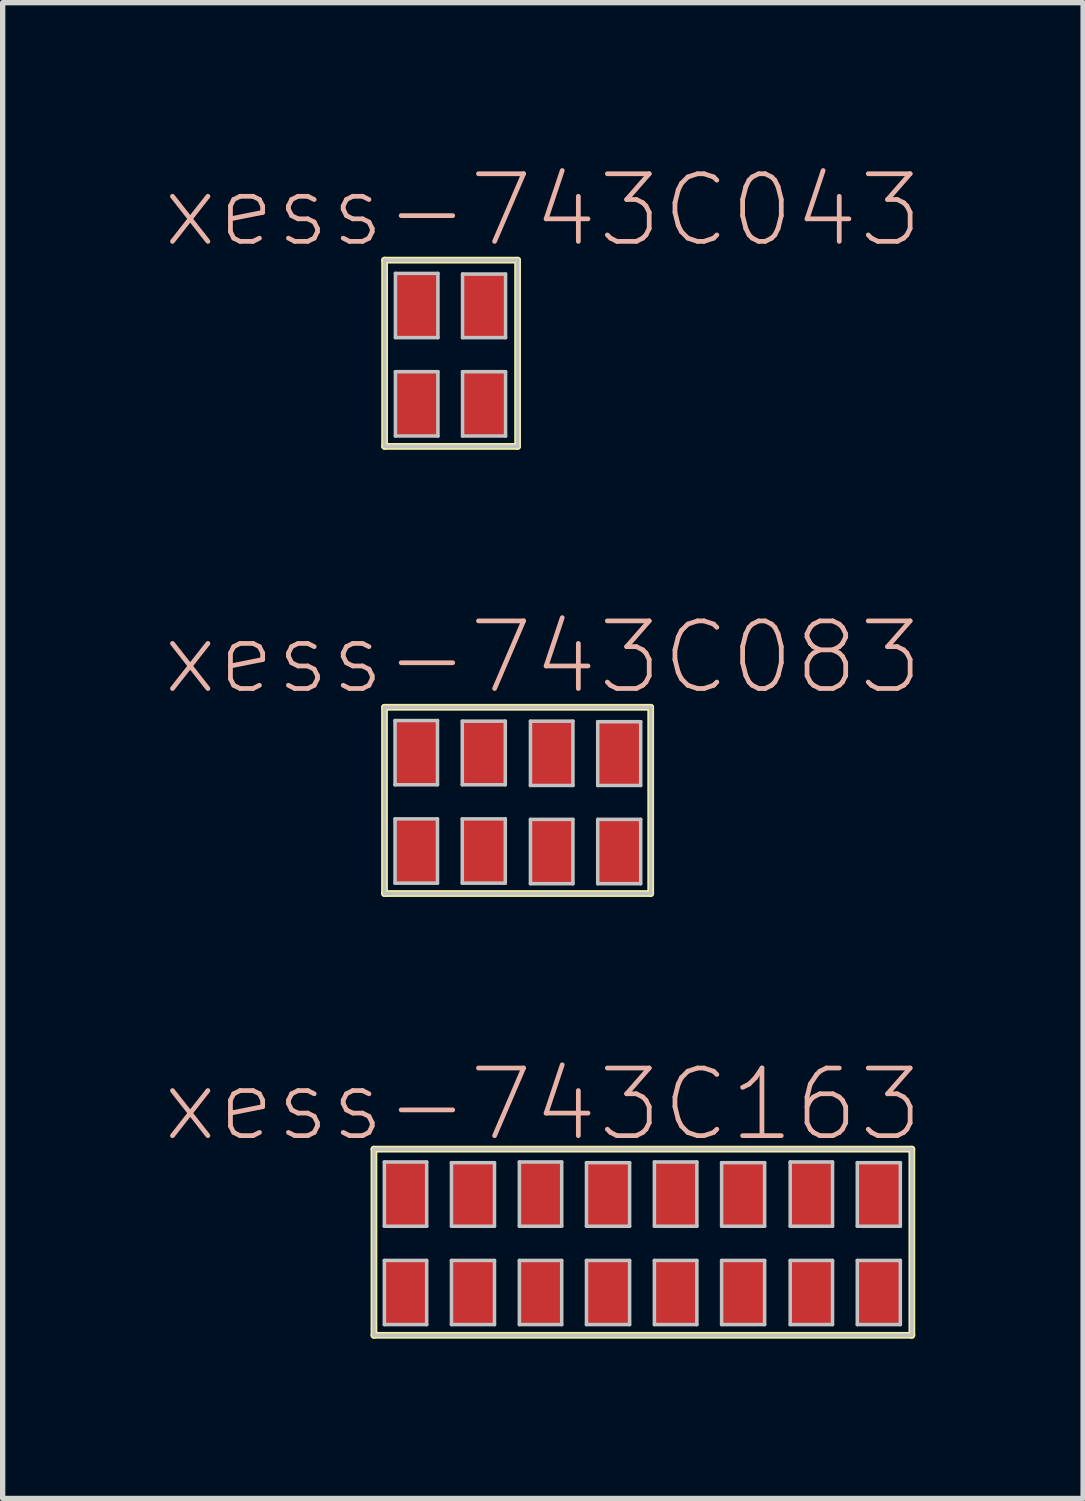
<source format=kicad_pcb>
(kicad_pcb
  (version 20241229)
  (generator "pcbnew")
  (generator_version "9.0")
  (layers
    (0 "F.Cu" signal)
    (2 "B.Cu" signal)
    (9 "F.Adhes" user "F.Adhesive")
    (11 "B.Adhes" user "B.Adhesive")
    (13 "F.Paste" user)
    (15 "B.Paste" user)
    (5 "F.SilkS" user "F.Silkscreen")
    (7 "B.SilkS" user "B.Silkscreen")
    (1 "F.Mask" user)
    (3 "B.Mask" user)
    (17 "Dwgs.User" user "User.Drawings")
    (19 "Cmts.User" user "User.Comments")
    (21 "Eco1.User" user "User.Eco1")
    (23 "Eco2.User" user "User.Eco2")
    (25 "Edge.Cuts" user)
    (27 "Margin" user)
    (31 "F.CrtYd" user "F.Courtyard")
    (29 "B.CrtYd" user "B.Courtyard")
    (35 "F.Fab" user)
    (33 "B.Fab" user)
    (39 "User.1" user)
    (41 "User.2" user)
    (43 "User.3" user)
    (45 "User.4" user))
  (footprint "xess-743C043"
    (layer "F.Cu")
    (at 5.37 3.632)
    (property "Reference" "xess-743C043" (at 1.773 -2.733 0) (layer "B.SilkS") (effects (font (size 1.27 1.27) (thickness 0.089))))
    (attr smd)
    (fp_line (start -1.199 -1.798) (end 1.298 -1.798) (stroke (width 0.127) (type solid)) (layer "F.SilkS"))
    (fp_line (start -1.199 1.699) (end -1.199 -1.798) (stroke (width 0.127) (type solid)) (layer "F.SilkS"))
    (fp_line (start 1.298 -1.798) (end 1.298 1.699) (stroke (width 0.127) (type solid)) (layer "F.SilkS"))
    (fp_line (start 1.298 1.699) (end -1.199 1.699) (stroke (width 0.127) (type solid)) (layer "F.SilkS"))
    (fp_line (start -1.199 -1.798) (end 1.298 -1.798) (stroke (width 0.066) (type solid)) (layer "Dwgs.User"))
    (fp_line (start -1.199 1.699) (end -1.199 -1.798) (stroke (width 0.066) (type solid)) (layer "Dwgs.User"))
    (fp_line (start -1.199 1.699) (end 1.298 1.699) (stroke (width 0.066) (type solid)) (layer "Dwgs.User"))
    (fp_line (start -0.996 -1.549) (end -0.198 -1.549) (stroke (width 0.066) (type solid)) (layer "Dwgs.User"))
    (fp_line (start -0.996 -0.343) (end -0.996 -1.549) (stroke (width 0.066) (type solid)) (layer "Dwgs.User"))
    (fp_line (start -0.996 -0.343) (end -0.198 -0.343) (stroke (width 0.066) (type solid)) (layer "Dwgs.User"))
    (fp_line (start -0.996 0.297) (end -0.198 0.297) (stroke (width 0.066) (type solid)) (layer "Dwgs.User"))
    (fp_line (start -0.996 1.504) (end -0.996 0.297) (stroke (width 0.066) (type solid)) (layer "Dwgs.User"))
    (fp_line (start -0.996 1.504) (end -0.198 1.504) (stroke (width 0.066) (type solid)) (layer "Dwgs.User"))
    (fp_line (start -0.198 -0.343) (end -0.198 -1.549) (stroke (width 0.066) (type solid)) (layer "Dwgs.User"))
    (fp_line (start -0.198 1.504) (end -0.198 0.297) (stroke (width 0.066) (type solid)) (layer "Dwgs.User"))
    (fp_line (start 0.264 -1.537) (end 1.072 -1.537) (stroke (width 0.066) (type solid)) (layer "Dwgs.User"))
    (fp_line (start 0.264 -0.343) (end 0.264 -1.537) (stroke (width 0.066) (type solid)) (layer "Dwgs.User"))
    (fp_line (start 0.264 -0.343) (end 1.072 -0.343) (stroke (width 0.066) (type solid)) (layer "Dwgs.User"))
    (fp_line (start 0.264 0.297) (end 1.072 0.297) (stroke (width 0.066) (type solid)) (layer "Dwgs.User"))
    (fp_line (start 0.264 1.504) (end 0.264 0.297) (stroke (width 0.066) (type solid)) (layer "Dwgs.User"))
    (fp_line (start 0.264 1.504) (end 1.072 1.504) (stroke (width 0.066) (type solid)) (layer "Dwgs.User"))
    (fp_line (start 1.072 -0.343) (end 1.072 -1.537) (stroke (width 0.066) (type solid)) (layer "Dwgs.User"))
    (fp_line (start 1.072 1.504) (end 1.072 0.297) (stroke (width 0.066) (type solid)) (layer "Dwgs.User"))
    (fp_line (start 1.298 1.699) (end 1.298 -1.798) (stroke (width 0.066) (type solid)) (layer "Dwgs.User"))
    (pad "1" smd rect (at -0.599 0.899) (size 0.798 1.199) (layers "F.Cu" "F.Mask" "F.Paste"))
    (pad "2" smd rect (at 0.668 0.899) (size 0.798 1.199) (layers "F.Cu" "F.Mask" "F.Paste"))
    (pad "3" smd rect (at 0.668 -0.94) (size 0.798 1.199) (layers "F.Cu" "F.Mask" "F.Paste"))
    (pad "4" smd rect (at -0.599 -0.94) (size 0.798 1.199) (layers "F.Cu" "F.Mask" "F.Paste")))
  (footprint "xess-743C163"
    (layer "F.Cu")
    (at 4.57 21.222)
    (property "Reference" "xess-743C163" (at 2.573 -3.533 0) (layer "B.SilkS") (effects (font (size 1.27 1.27) (thickness 0.089))))
    (attr smd)
    (fp_line (start -0.599 -2.697) (end 9.5 -2.697) (stroke (width 0.127) (type solid)) (layer "F.SilkS"))
    (fp_line (start -0.599 0.798) (end -0.599 -2.697) (stroke (width 0.127) (type solid)) (layer "F.SilkS"))
    (fp_line (start 9.5 -2.697) (end 9.5 0.798) (stroke (width 0.127) (type solid)) (layer "F.SilkS"))
    (fp_line (start 9.5 0.798) (end -0.599 0.798) (stroke (width 0.127) (type solid)) (layer "F.SilkS"))
    (fp_line (start -0.599 -2.697) (end 9.5 -2.697) (stroke (width 0.066) (type solid)) (layer "Dwgs.User"))
    (fp_line (start -0.599 0.798) (end -0.599 -2.697) (stroke (width 0.066) (type solid)) (layer "Dwgs.User"))
    (fp_line (start -0.599 0.798) (end 9.5 0.798) (stroke (width 0.066) (type solid)) (layer "Dwgs.User"))
    (fp_line (start -0.404 -2.456) (end 0.391 -2.456) (stroke (width 0.066) (type solid)) (layer "Dwgs.User"))
    (fp_line (start -0.404 -1.25) (end -0.404 -2.456) (stroke (width 0.066) (type solid)) (layer "Dwgs.User"))
    (fp_line (start -0.404 -1.25) (end 0.391 -1.25) (stroke (width 0.066) (type solid)) (layer "Dwgs.User"))
    (fp_line (start -0.404 -0.607) (end 0.391 -0.607) (stroke (width 0.066) (type solid)) (layer "Dwgs.User"))
    (fp_line (start -0.404 0.597) (end -0.404 -0.607) (stroke (width 0.066) (type solid)) (layer "Dwgs.User"))
    (fp_line (start -0.404 0.597) (end 0.391 0.597) (stroke (width 0.066) (type solid)) (layer "Dwgs.User"))
    (fp_line (start 0.391 -1.25) (end 0.391 -2.456) (stroke (width 0.066) (type solid)) (layer "Dwgs.User"))
    (fp_line (start 0.391 0.597) (end 0.391 -0.607) (stroke (width 0.066) (type solid)) (layer "Dwgs.User"))
    (fp_line (start 0.856 -2.443) (end 1.664 -2.443) (stroke (width 0.066) (type solid)) (layer "Dwgs.User"))
    (fp_line (start 0.856 -1.25) (end 0.856 -2.443) (stroke (width 0.066) (type solid)) (layer "Dwgs.User"))
    (fp_line (start 0.856 -1.25) (end 1.664 -1.25) (stroke (width 0.066) (type solid)) (layer "Dwgs.User"))
    (fp_line (start 0.856 -0.607) (end 1.664 -0.607) (stroke (width 0.066) (type solid)) (layer "Dwgs.User"))
    (fp_line (start 0.856 0.597) (end 0.856 -0.607) (stroke (width 0.066) (type solid)) (layer "Dwgs.User"))
    (fp_line (start 0.856 0.597) (end 1.664 0.597) (stroke (width 0.066) (type solid)) (layer "Dwgs.User"))
    (fp_line (start 1.664 -1.25) (end 1.664 -2.443) (stroke (width 0.066) (type solid)) (layer "Dwgs.User"))
    (fp_line (start 1.664 0.597) (end 1.664 -0.607) (stroke (width 0.066) (type solid)) (layer "Dwgs.User"))
    (fp_line (start 2.131 -2.456) (end 2.926 -2.456) (stroke (width 0.066) (type solid)) (layer "Dwgs.User"))
    (fp_line (start 2.131 -1.25) (end 2.131 -2.456) (stroke (width 0.066) (type solid)) (layer "Dwgs.User"))
    (fp_line (start 2.131 -1.25) (end 2.926 -1.25) (stroke (width 0.066) (type solid)) (layer "Dwgs.User"))
    (fp_line (start 2.131 -0.607) (end 2.926 -0.607) (stroke (width 0.066) (type solid)) (layer "Dwgs.User"))
    (fp_line (start 2.131 0.597) (end 2.131 -0.607) (stroke (width 0.066) (type solid)) (layer "Dwgs.User"))
    (fp_line (start 2.131 0.597) (end 2.926 0.597) (stroke (width 0.066) (type solid)) (layer "Dwgs.User"))
    (fp_line (start 2.926 -1.25) (end 2.926 -2.456) (stroke (width 0.066) (type solid)) (layer "Dwgs.User"))
    (fp_line (start 2.926 0.597) (end 2.926 -0.607) (stroke (width 0.066) (type solid)) (layer "Dwgs.User"))
    (fp_line (start 3.391 -2.443) (end 4.201 -2.443) (stroke (width 0.066) (type solid)) (layer "Dwgs.User"))
    (fp_line (start 3.391 -1.25) (end 3.391 -2.443) (stroke (width 0.066) (type solid)) (layer "Dwgs.User"))
    (fp_line (start 3.391 -1.25) (end 4.201 -1.25) (stroke (width 0.066) (type solid)) (layer "Dwgs.User"))
    (fp_line (start 3.391 -0.607) (end 4.201 -0.607) (stroke (width 0.066) (type solid)) (layer "Dwgs.User"))
    (fp_line (start 3.391 0.597) (end 3.391 -0.607) (stroke (width 0.066) (type solid)) (layer "Dwgs.User"))
    (fp_line (start 3.391 0.597) (end 4.201 0.597) (stroke (width 0.066) (type solid)) (layer "Dwgs.User"))
    (fp_line (start 4.201 -1.25) (end 4.201 -2.443) (stroke (width 0.066) (type solid)) (layer "Dwgs.User"))
    (fp_line (start 4.201 0.597) (end 4.201 -0.607) (stroke (width 0.066) (type solid)) (layer "Dwgs.User"))
    (fp_line (start 4.666 -2.456) (end 5.464 -2.456) (stroke (width 0.066) (type solid)) (layer "Dwgs.User"))
    (fp_line (start 4.666 -1.25) (end 4.666 -2.456) (stroke (width 0.066) (type solid)) (layer "Dwgs.User"))
    (fp_line (start 4.666 -1.25) (end 5.464 -1.25) (stroke (width 0.066) (type solid)) (layer "Dwgs.User"))
    (fp_line (start 4.666 -0.607) (end 5.464 -0.607) (stroke (width 0.066) (type solid)) (layer "Dwgs.User"))
    (fp_line (start 4.666 0.597) (end 4.666 -0.607) (stroke (width 0.066) (type solid)) (layer "Dwgs.User"))
    (fp_line (start 4.666 0.597) (end 5.464 0.597) (stroke (width 0.066) (type solid)) (layer "Dwgs.User"))
    (fp_line (start 5.464 -1.25) (end 5.464 -2.456) (stroke (width 0.066) (type solid)) (layer "Dwgs.User"))
    (fp_line (start 5.464 0.597) (end 5.464 -0.607) (stroke (width 0.066) (type solid)) (layer "Dwgs.User"))
    (fp_line (start 5.928 -2.443) (end 6.736 -2.443) (stroke (width 0.066) (type solid)) (layer "Dwgs.User"))
    (fp_line (start 5.928 -1.25) (end 5.928 -2.443) (stroke (width 0.066) (type solid)) (layer "Dwgs.User"))
    (fp_line (start 5.928 -1.25) (end 6.736 -1.25) (stroke (width 0.066) (type solid)) (layer "Dwgs.User"))
    (fp_line (start 5.928 -0.607) (end 6.736 -0.607) (stroke (width 0.066) (type solid)) (layer "Dwgs.User"))
    (fp_line (start 5.928 0.597) (end 5.928 -0.607) (stroke (width 0.066) (type solid)) (layer "Dwgs.User"))
    (fp_line (start 5.928 0.597) (end 6.736 0.597) (stroke (width 0.066) (type solid)) (layer "Dwgs.User"))
    (fp_line (start 6.736 -1.25) (end 6.736 -2.443) (stroke (width 0.066) (type solid)) (layer "Dwgs.User"))
    (fp_line (start 6.736 0.597) (end 6.736 -0.607) (stroke (width 0.066) (type solid)) (layer "Dwgs.User"))
    (fp_line (start 7.216 -2.456) (end 8.011 -2.456) (stroke (width 0.066) (type solid)) (layer "Dwgs.User"))
    (fp_line (start 7.216 -1.25) (end 7.216 -2.456) (stroke (width 0.066) (type solid)) (layer "Dwgs.User"))
    (fp_line (start 7.216 -1.25) (end 8.011 -1.25) (stroke (width 0.066) (type solid)) (layer "Dwgs.User"))
    (fp_line (start 7.216 -0.607) (end 8.011 -0.607) (stroke (width 0.066) (type solid)) (layer "Dwgs.User"))
    (fp_line (start 7.216 0.597) (end 7.216 -0.607) (stroke (width 0.066) (type solid)) (layer "Dwgs.User"))
    (fp_line (start 7.216 0.597) (end 8.011 0.597) (stroke (width 0.066) (type solid)) (layer "Dwgs.User"))
    (fp_line (start 8.011 -1.25) (end 8.011 -2.456) (stroke (width 0.066) (type solid)) (layer "Dwgs.User"))
    (fp_line (start 8.011 0.597) (end 8.011 -0.607) (stroke (width 0.066) (type solid)) (layer "Dwgs.User"))
    (fp_line (start 8.476 -2.443) (end 9.284 -2.443) (stroke (width 0.066) (type solid)) (layer "Dwgs.User"))
    (fp_line (start 8.476 -1.25) (end 8.476 -2.443) (stroke (width 0.066) (type solid)) (layer "Dwgs.User"))
    (fp_line (start 8.476 -1.25) (end 9.284 -1.25) (stroke (width 0.066) (type solid)) (layer "Dwgs.User"))
    (fp_line (start 8.476 -0.607) (end 9.284 -0.607) (stroke (width 0.066) (type solid)) (layer "Dwgs.User"))
    (fp_line (start 8.476 0.597) (end 8.476 -0.607) (stroke (width 0.066) (type solid)) (layer "Dwgs.User"))
    (fp_line (start 8.476 0.597) (end 9.284 0.597) (stroke (width 0.066) (type solid)) (layer "Dwgs.User"))
    (fp_line (start 9.284 -1.25) (end 9.284 -2.443) (stroke (width 0.066) (type solid)) (layer "Dwgs.User"))
    (fp_line (start 9.284 0.597) (end 9.284 -0.607) (stroke (width 0.066) (type solid)) (layer "Dwgs.User"))
    (fp_line (start 9.5 0.798) (end 9.5 -2.697) (stroke (width 0.066) (type solid)) (layer "Dwgs.User"))
    (pad "1" smd rect (at 0 0) (size 0.798 1.199) (layers "F.Cu" "F.Mask" "F.Paste"))
    (pad "2" smd rect (at 1.27 0) (size 0.798 1.199) (layers "F.Cu" "F.Mask" "F.Paste"))
    (pad "3" smd rect (at 2.54 0) (size 0.798 1.199) (layers "F.Cu" "F.Mask" "F.Paste"))
    (pad "4" smd rect (at 3.81 0) (size 0.798 1.199) (layers "F.Cu" "F.Mask" "F.Paste"))
    (pad "5" smd rect (at 5.08 0) (size 0.798 1.199) (layers "F.Cu" "F.Mask" "F.Paste"))
    (pad "6" smd rect (at 6.35 0) (size 0.798 1.199) (layers "F.Cu" "F.Mask" "F.Paste"))
    (pad "7" smd rect (at 7.62 0) (size 0.798 1.199) (layers "F.Cu" "F.Mask" "F.Paste"))
    (pad "8" smd rect (at 8.89 0) (size 0.798 1.199) (layers "F.Cu" "F.Mask" "F.Paste"))
    (pad "9" smd rect (at 8.89 -1.839) (size 0.798 1.199) (layers "F.Cu" "F.Mask" "F.Paste"))
    (pad "10" smd rect (at 7.62 -1.839) (size 0.798 1.199) (layers "F.Cu" "F.Mask" "F.Paste"))
    (pad "11" smd rect (at 6.35 -1.839) (size 0.798 1.199) (layers "F.Cu" "F.Mask" "F.Paste"))
    (pad "12" smd rect (at 5.08 -1.839) (size 0.798 1.199) (layers "F.Cu" "F.Mask" "F.Paste"))
    (pad "13" smd rect (at 3.81 -1.839) (size 0.798 1.199) (layers "F.Cu" "F.Mask" "F.Paste"))
    (pad "14" smd rect (at 2.54 -1.839) (size 0.798 1.199) (layers "F.Cu" "F.Mask" "F.Paste"))
    (pad "15" smd rect (at 1.27 -1.839) (size 0.798 1.199) (layers "F.Cu" "F.Mask" "F.Paste"))
    (pad "16" smd rect (at 0 -1.839) (size 0.798 1.199) (layers "F.Cu" "F.Mask" "F.Paste")))
  (footprint "xess-743C083"
    (layer "F.Cu")
    (at 6.668 12.027)
    (property "Reference" "xess-743C083" (at 0.475 -2.733 0) (layer "B.SilkS") (effects (font (size 1.27 1.27) (thickness 0.089))))
    (attr smd)
    (fp_line (start -2.499 -1.798) (end 2.499 -1.798) (stroke (width 0.127) (type solid)) (layer "F.SilkS"))
    (fp_line (start -2.499 1.699) (end -2.499 -1.798) (stroke (width 0.127) (type solid)) (layer "F.SilkS"))
    (fp_line (start 2.499 -1.798) (end 2.499 1.699) (stroke (width 0.127) (type solid)) (layer "F.SilkS"))
    (fp_line (start 2.499 1.699) (end -2.499 1.699) (stroke (width 0.127) (type solid)) (layer "F.SilkS"))
    (fp_line (start -2.499 -1.798) (end 2.499 -1.798) (stroke (width 0.066) (type solid)) (layer "Dwgs.User"))
    (fp_line (start -2.499 1.699) (end -2.499 -1.798) (stroke (width 0.066) (type solid)) (layer "Dwgs.User"))
    (fp_line (start -2.499 1.699) (end 2.499 1.699) (stroke (width 0.066) (type solid)) (layer "Dwgs.User"))
    (fp_line (start -2.301 -1.549) (end -1.504 -1.549) (stroke (width 0.066) (type solid)) (layer "Dwgs.User"))
    (fp_line (start -2.301 -0.343) (end -2.301 -1.549) (stroke (width 0.066) (type solid)) (layer "Dwgs.User"))
    (fp_line (start -2.301 -0.343) (end -1.504 -0.343) (stroke (width 0.066) (type solid)) (layer "Dwgs.User"))
    (fp_line (start -2.301 0.297) (end -1.504 0.297) (stroke (width 0.066) (type solid)) (layer "Dwgs.User"))
    (fp_line (start -2.301 1.504) (end -2.301 0.297) (stroke (width 0.066) (type solid)) (layer "Dwgs.User"))
    (fp_line (start -2.301 1.504) (end -1.504 1.504) (stroke (width 0.066) (type solid)) (layer "Dwgs.User"))
    (fp_line (start -1.504 -0.343) (end -1.504 -1.549) (stroke (width 0.066) (type solid)) (layer "Dwgs.User"))
    (fp_line (start -1.504 1.504) (end -1.504 0.297) (stroke (width 0.066) (type solid)) (layer "Dwgs.User"))
    (fp_line (start -1.039 -1.537) (end -0.231 -1.537) (stroke (width 0.066) (type solid)) (layer "Dwgs.User"))
    (fp_line (start -1.039 -0.343) (end -1.039 -1.537) (stroke (width 0.066) (type solid)) (layer "Dwgs.User"))
    (fp_line (start -1.039 -0.343) (end -0.231 -0.343) (stroke (width 0.066) (type solid)) (layer "Dwgs.User"))
    (fp_line (start -1.039 0.297) (end -0.231 0.297) (stroke (width 0.066) (type solid)) (layer "Dwgs.User"))
    (fp_line (start -1.039 1.504) (end -1.039 0.297) (stroke (width 0.066) (type solid)) (layer "Dwgs.User"))
    (fp_line (start -1.039 1.504) (end -0.231 1.504) (stroke (width 0.066) (type solid)) (layer "Dwgs.User"))
    (fp_line (start -0.231 -0.343) (end -0.231 -1.537) (stroke (width 0.066) (type solid)) (layer "Dwgs.User"))
    (fp_line (start -0.231 1.504) (end -0.231 0.297) (stroke (width 0.066) (type solid)) (layer "Dwgs.User"))
    (fp_line (start 0.241 -1.537) (end 1.039 -1.537) (stroke (width 0.066) (type solid)) (layer "Dwgs.User"))
    (fp_line (start 0.241 -0.33) (end 0.241 -1.537) (stroke (width 0.066) (type solid)) (layer "Dwgs.User"))
    (fp_line (start 0.241 -0.33) (end 1.039 -0.33) (stroke (width 0.066) (type solid)) (layer "Dwgs.User"))
    (fp_line (start 0.241 0.307) (end 1.039 0.307) (stroke (width 0.066) (type solid)) (layer "Dwgs.User"))
    (fp_line (start 0.241 1.514) (end 0.241 0.307) (stroke (width 0.066) (type solid)) (layer "Dwgs.User"))
    (fp_line (start 0.241 1.514) (end 1.039 1.514) (stroke (width 0.066) (type solid)) (layer "Dwgs.User"))
    (fp_line (start 1.039 -0.33) (end 1.039 -1.537) (stroke (width 0.066) (type solid)) (layer "Dwgs.User"))
    (fp_line (start 1.039 1.514) (end 1.039 0.307) (stroke (width 0.066) (type solid)) (layer "Dwgs.User"))
    (fp_line (start 1.504 -1.527) (end 2.311 -1.527) (stroke (width 0.066) (type solid)) (layer "Dwgs.User"))
    (fp_line (start 1.504 -0.33) (end 1.504 -1.527) (stroke (width 0.066) (type solid)) (layer "Dwgs.User"))
    (fp_line (start 1.504 -0.33) (end 2.311 -0.33) (stroke (width 0.066) (type solid)) (layer "Dwgs.User"))
    (fp_line (start 1.504 0.307) (end 2.311 0.307) (stroke (width 0.066) (type solid)) (layer "Dwgs.User"))
    (fp_line (start 1.504 1.514) (end 1.504 0.307) (stroke (width 0.066) (type solid)) (layer "Dwgs.User"))
    (fp_line (start 1.504 1.514) (end 2.311 1.514) (stroke (width 0.066) (type solid)) (layer "Dwgs.User"))
    (fp_line (start 2.311 -0.33) (end 2.311 -1.527) (stroke (width 0.066) (type solid)) (layer "Dwgs.User"))
    (fp_line (start 2.311 1.514) (end 2.311 0.307) (stroke (width 0.066) (type solid)) (layer "Dwgs.User"))
    (fp_line (start 2.499 1.699) (end 2.499 -1.798) (stroke (width 0.066) (type solid)) (layer "Dwgs.User"))
    (pad "1" smd rect (at -1.9 0.899) (size 0.798 1.199) (layers "F.Cu" "F.Mask" "F.Paste"))
    (pad "2" smd rect (at -0.63 0.899) (size 0.798 1.199) (layers "F.Cu" "F.Mask" "F.Paste"))
    (pad "3" smd rect (at 0.638 0.899) (size 0.798 1.199) (layers "F.Cu" "F.Mask" "F.Paste"))
    (pad "4" smd rect (at 1.908 0.899) (size 0.798 1.199) (layers "F.Cu" "F.Mask" "F.Paste"))
    (pad "5" smd rect (at 1.908 -0.94) (size 0.798 1.199) (layers "F.Cu" "F.Mask" "F.Paste"))
    (pad "6" smd rect (at 0.638 -0.94) (size 0.798 1.199) (layers "F.Cu" "F.Mask" "F.Paste"))
    (pad "7" smd rect (at -0.63 -0.94) (size 0.798 1.199) (layers "F.Cu" "F.Mask" "F.Paste"))
    (pad "8" smd rect (at -1.9 -0.94) (size 0.798 1.199) (layers "F.Cu" "F.Mask" "F.Paste")))
  (gr_rect
    (start -3 -3)
    (end 17.285 25.083)
    (stroke (width 0.1) (type default))
    (fill no)
    (layer "Edge.Cuts")))
</source>
